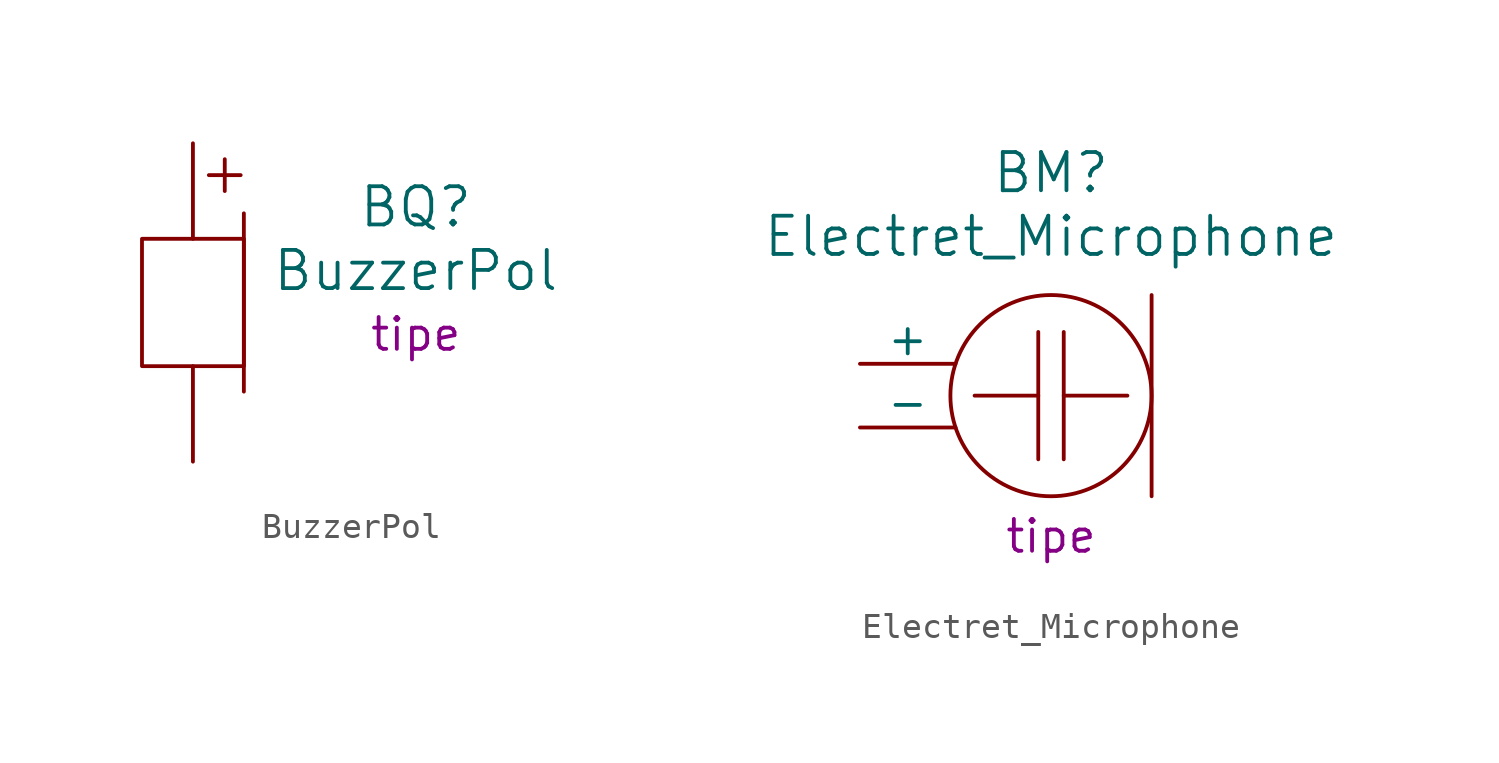
<source format=kicad_sym>
(kicad_symbol_lib
  (version 20220914)
  (generator kicad_symbol_editor)
  (symbol "BuzzerPol"
    (pin_numbers hide)
    (pin_names
      (offset 0) hide)
    (property "Reference" "BQ"
      (at 8.89 3.81 0)
      (effects (font (size 1.524 1.524))))
    (property "Value" "BuzzerPol"
      (at 8.89 1.27 0)
      (effects (font (size 1.524 1.524))))
    (property "Datasheet" ""
      (at -1.016 0 0)
      (effects (font (size 1.524 1.524))))
    (property "Tipe" "tipe"
      (at 8.89 -1.27 0)
      (effects (font (size 1.27 1.27))))
    (symbol "BuzzerPol_0_0"
      (pin passive line (at 0 6.35 270) (length 3.81) (name "+" (effects (font (size 1.27 1.27)))) (number "1" (effects (font (size 1.27 1.27)))))
      (pin passive line (at 0 -6.35 90) (length 3.81) (name "-" (effects (font (size 1.27 1.27)))) (number "2" (effects (font (size 1.27 1.27))))))
    (symbol "BuzzerPol_0_1"
      (rectangle (start -2.032 2.54) (end 2.032 -2.54) (stroke (width 0) (type solid)) (fill (type none)))
      (polyline (pts (xy 0.635 5.08) (xy 1.905 5.08)) (stroke (width 0) (type solid)) (fill (type none)))
      (polyline (pts (xy 1.27 4.445) (xy 1.27 5.715)) (stroke (width 0) (type solid)) (fill (type none)))
      (polyline (pts (xy 2.032 3.556) (xy 2.032 -3.556)) (stroke (width 0) (type solid)) (fill (type none)))))
  (symbol "Electret_Microphone"
    (pin_numbers hide)
    (pin_names
      (offset 0))
    (property "Reference" "BM"
      (at 0 8.89 0)
      (effects (font (size 1.524 1.524))))
    (property "Value" "Electret_Microphone"
      (at 0 6.35 0)
      (effects (font (size 1.524 1.524))))
    (property "Datasheet" ""
      (at 0 1.016 90)
      (effects (font (size 1.524 1.524))))
    (property "Tipe" "tipe"
      (at 0 -6.35 0)
      (effects (font (size 1.27 1.27)) (justify bottom)))
    (symbol "Electret_Microphone_0_0"
      (pin passive line (at -7.62 1.27 0) (length 3.81) (name "+" (effects (font (size 1.27 1.27)))) (number "1" (effects (font (size 1.27 1.27)))))
      (pin passive line (at -7.62 -1.27 0) (length 3.81) (name "-" (effects (font (size 1.27 1.27)))) (number "2" (effects (font (size 1.27 1.27))))))
    (symbol "Electret_Microphone_0_1"
      (polyline (pts (xy -0.508 0) (xy -3.048 0)) (stroke (width 0) (type solid)) (fill (type none)))
      (polyline (pts (xy -0.508 2.54) (xy -0.508 -2.54)) (stroke (width 0) (type solid)) (fill (type none)))
      (polyline (pts (xy 0.508 -2.54) (xy 0.508 2.54)) (stroke (width 0) (type solid)) (fill (type none)))
      (polyline (pts (xy 0.508 0) (xy 3.048 0)) (stroke (width 0) (type solid)) (fill (type none)))
      (polyline (pts (xy 4.013 -4.013) (xy 4.013 4.013)) (stroke (width 0) (type solid)) (fill (type none)))
      (circle (center 0 0) (radius 4.013) (stroke (width 0) (type solid)) (fill (type none))))))
</source>
